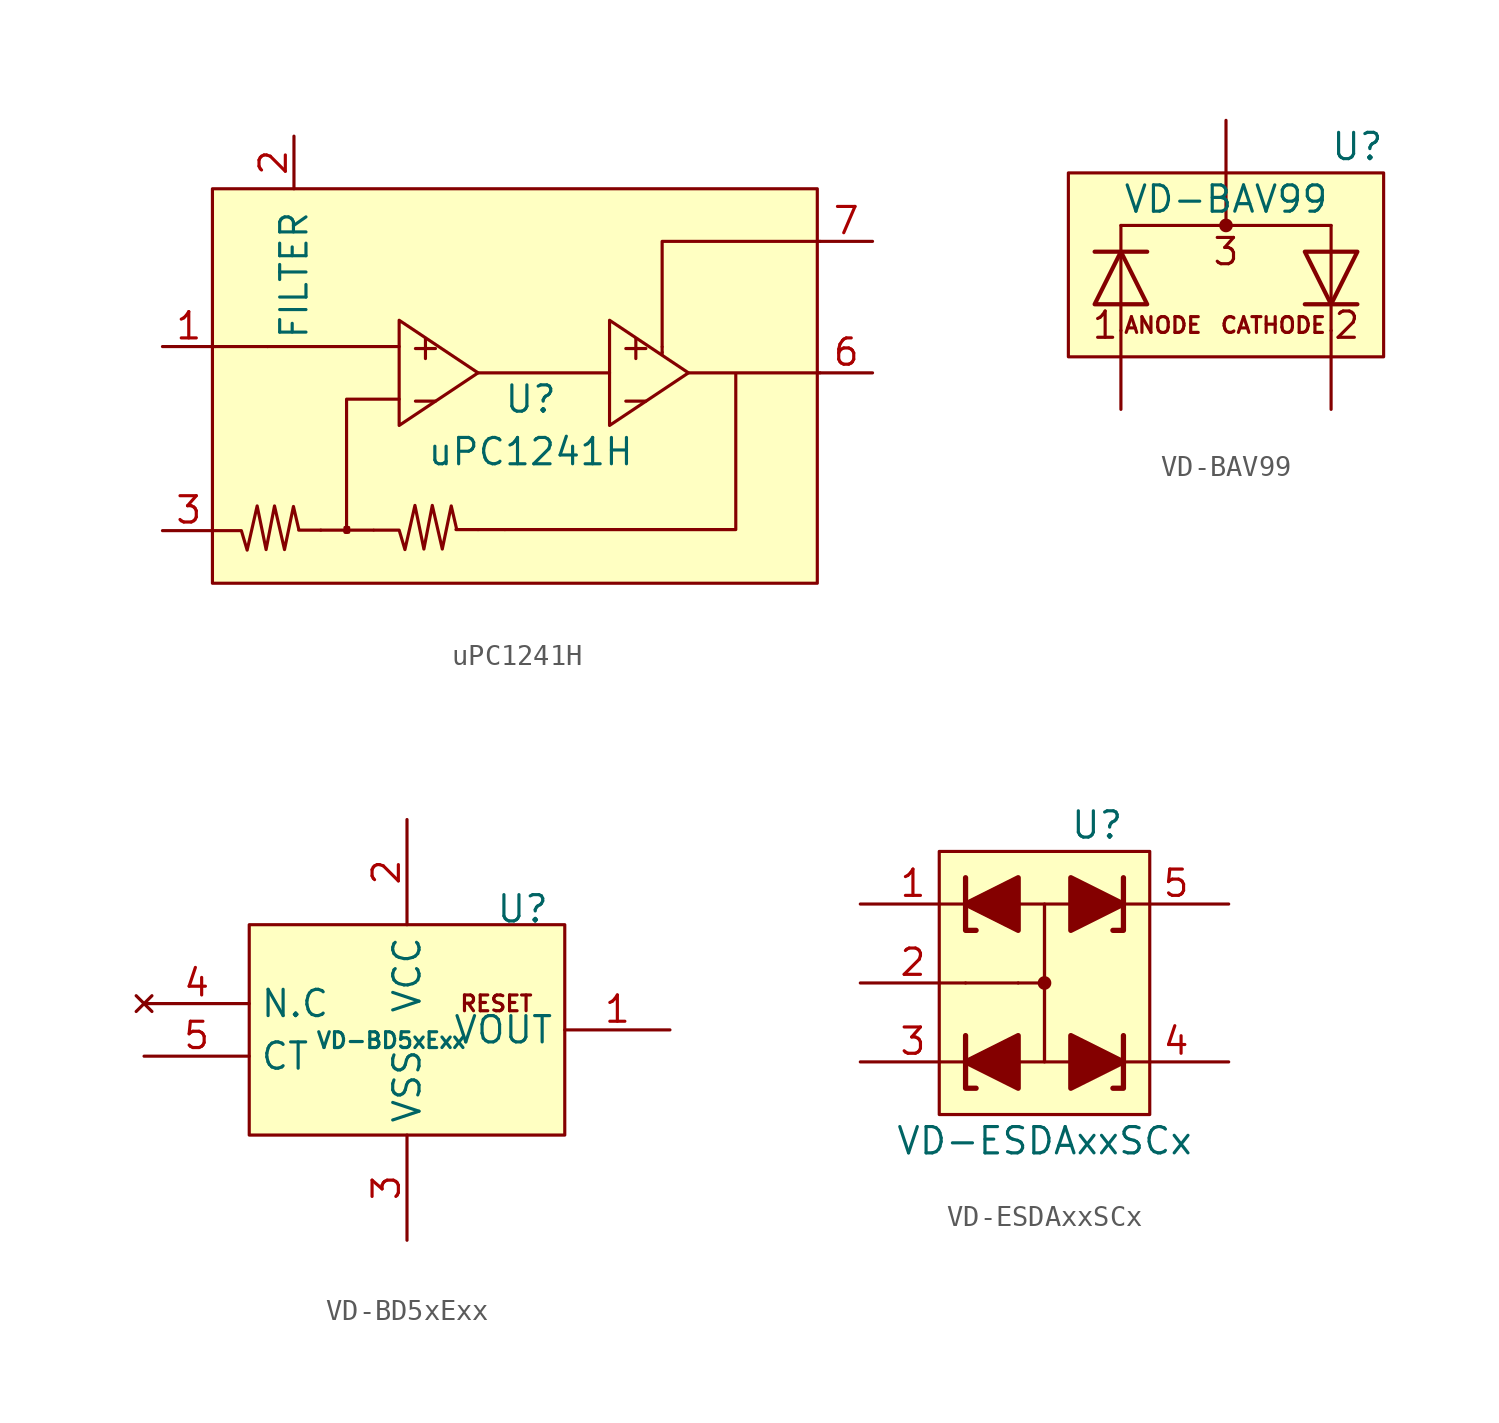
<source format=kicad_sym>
(kicad_symbol_lib
  (version 20231120)
  (generator "kicad_symbol_editor")
  (generator_version "8.0")
  (symbol "uPC1241H"
    (pin_names
      (offset 1.016))
    (property "Reference" "U"
      (at 0 -1.27 0)
      (effects (font (size 1.27 1.27))))
    (property "Value" "uPC1241H"
      (at 0 -3.81 0)
      (effects (font (size 1.27 1.27))))
    (symbol "uPC1241H_0_0"
      (polyline (pts (xy -10.135 -7.595) (xy -11.201 -7.595)) (stroke (width 0) (type default)) (fill (type none)))
      (polyline (pts (xy -10.135 -7.595) (xy -7.595 -7.595)) (stroke (width 0) (type default)) (fill (type none)))
      (polyline (pts (xy -2.54 -7.569) (xy -3.607 -7.569)) (stroke (width 0) (type default)) (fill (type none)))
      (polyline (pts (xy -2.54 -7.569) (xy -1.245 -7.569)) (stroke (width 0) (type default)) (fill (type none)))
      (polyline (pts (xy 6.35 0.991) (xy 6.35 0.889)) (stroke (width 0) (type default)) (fill (type none)))
      (polyline (pts (xy 6.35 1.245) (xy 6.35 0.991)) (stroke (width 0) (type default)) (fill (type none)))
      (polyline (pts (xy -1.245 -7.569) (xy 9.906 -7.569) (xy 9.906 -0.051)) (stroke (width 0) (type default)) (fill (type none)))
      (polyline (pts (xy -8.788 -7.468) (xy -8.788 -7.696) (xy -8.89 -7.696) (xy -8.941 -7.696) (xy -8.966 -7.518) (xy -8.966 -7.493) (xy -8.966 -7.468) (xy -8.966 -7.696)) (stroke (width 0) (type default)) (fill (type none)))
      (polyline (pts (xy -15.189 -7.62) (xy -13.97 -7.62) (xy -13.691 -8.56) (xy -13.208 -6.426) (xy -12.776 -8.534) (xy -12.37 -6.426) (xy -11.887 -8.534) (xy -11.455 -6.452) (xy -11.201 -7.544)) (stroke (width 0) (type default)) (fill (type none)))
      (polyline (pts (xy -7.569 -7.595) (xy -6.35 -7.595) (xy -6.071 -8.534) (xy -5.588 -6.401) (xy -5.156 -8.509) (xy -4.75 -6.401) (xy -4.267 -8.509) (xy -3.835 -6.426) (xy -3.581 -7.518)) (stroke (width 0) (type default)) (fill (type none)))
      (text "+" (at -5.08 1.27 0) (effects (font (size 1.27 1.27))))
      (text "+" (at 5.08 1.27 0) (effects (font (size 1.27 1.27))))
      (text "-" (at -5.08 -1.27 0) (effects (font (size 1.27 1.27))))
      (text "-" (at 5.08 -1.27 0) (effects (font (size 1.27 1.27)))))
    (symbol "uPC1241H_0_1"
      (rectangle (start -15.367 8.89) (end 13.843 -10.16) (stroke (width 0) (type default)) (fill (type background)))
      (circle (center -8.89 -7.62) (radius 0.0001) (stroke (width 0) (type default)) (fill (type none)))
      (circle (center -8.89 -7.62) (radius 0.0001) (stroke (width 0) (type default)) (fill (type none)))
      (polyline (pts (xy -12.7 1.27) (xy -15.24 1.27)) (stroke (width 0) (type default)) (fill (type none)))
      (polyline (pts (xy -12.7 1.27) (xy -6.35 1.27)) (stroke (width 0) (type default)) (fill (type none)))
      (polyline (pts (xy -2.54 0) (xy 3.81 0)) (stroke (width 0) (type default)) (fill (type none)))
      (polyline (pts (xy 7.62 0) (xy 13.97 0)) (stroke (width 0) (type default)) (fill (type none)))
      (polyline (pts (xy -8.89 -7.62) (xy -8.89 -1.27) (xy -6.35 -1.27)) (stroke (width 0) (type default)) (fill (type none)))
      (polyline (pts (xy 6.35 1.27) (xy 6.35 6.35) (xy 13.97 6.35)) (stroke (width 0) (type default)) (fill (type none)))
      (polyline (pts (xy -6.35 2.54) (xy -6.35 -2.54) (xy -2.54 0) (xy -6.35 2.54)) (stroke (width 0) (type default)) (fill (type none)))
      (polyline (pts (xy 3.81 2.54) (xy 3.81 -2.54) (xy 7.62 0) (xy 3.81 2.54)) (stroke (width 0) (type default)) (fill (type none))))
    (symbol "uPC1241H_1_1"
      (pin input line (at -17.78 1.27 0) (length 2.54) (name "~" (effects (font (size 1.27 1.27)))) (number "1" (effects (font (size 1.27 1.27)))))
      (pin passive line (at -11.43 11.43 270) (length 2.54) (name "FILTER" (effects (font (size 1.27 1.27)))) (number "2" (effects (font (size 1.27 1.27)))))
      (pin input line (at -17.78 -7.62 0) (length 2.54) (name "~" (effects (font (size 1.27 1.27)))) (number "3" (effects (font (size 1.27 1.27)))))
      (pin power_in line (at -10.643 -10.135 90) (length 2.54) hide (name "VSS" (effects (font (size 1.27 1.27)))) (number "4" (effects (font (size 1.27 1.27)))))
      (pin power_in line (at 9.22 -9.982 90) (length 2.54) hide (name "VSS" (effects (font (size 1.27 1.27)))) (number "5" (effects (font (size 1.27 1.27)))))
      (pin output line (at 16.51 0 180) (length 2.54) (name "~" (effects (font (size 1.27 1.27)))) (number "6" (effects (font (size 1.27 1.27)))))
      (pin output line (at 16.51 6.35 180) (length 2.54) (name "~" (effects (font (size 1.27 1.27)))) (number "7" (effects (font (size 1.27 1.27)))))
      (pin power_in line (at 0 8.89 270) (length 2.54) hide (name "VCC" (effects (font (size 1.27 1.27)))) (number "8" (effects (font (size 1.27 1.27)))))))
  (symbol "VD-BAV99"
    (property "Reference" "U"
      (at 6.35 6.35 0)
      (effects (font (size 1.27 1.27))))
    (property "Value" "VD-BAV99"
      (at 0 3.81 0)
      (effects (font (size 1.27 1.27))))
    (symbol "VD-BAV99_0_0"
      (rectangle (start -7.62 5.08) (end 7.62 -3.81) (stroke (width 0.152) (type default)) (fill (type background)))
      (polyline (pts (xy -5.08 -2.54) (xy -5.08 -3.81)) (stroke (width 0.152) (type default)) (fill (type none)))
      (polyline (pts (xy 5.08 -2.54) (xy 5.08 -3.81)) (stroke (width 0.152) (type default)) (fill (type none)))
      (text "1" (at -5.842 -2.286 0) (effects (font (size 1.27 1.27))))
      (text "2" (at 5.842 -2.286 0) (effects (font (size 1.27 1.27))))
      (text "3" (at 0 1.27 0) (effects (font (size 1.27 1.27))))
      (text "ANODE" (at -3.048 -2.286 0) (effects (font (size 0.762 0.762))))
      (text "CATHODE" (at 2.286 -2.286 0) (effects (font (size 0.762 0.762)))))
    (symbol "VD-BAV99_0_1"
      (polyline (pts (xy -5.08 2.54) (xy -5.08 -2.54)) (stroke (width 0.152) (type default)) (fill (type none)))
      (polyline (pts (xy -5.08 2.54) (xy 5.08 2.54)) (stroke (width 0) (type default)) (fill (type none)))
      (polyline (pts (xy 5.08 2.54) (xy 5.08 -2.54)) (stroke (width 0.152) (type default)) (fill (type none))))
    (symbol "VD-BAV99_1_1"
      (polyline (pts (xy 0 2.54) (xy 0 5.08)) (stroke (width 0) (type default)) (fill (type none)))
      (polyline (pts (xy -3.81 1.27) (xy -6.35 1.27) (xy -6.35 1.27)) (stroke (width 0.203) (type default)) (fill (type none)))
      (polyline (pts (xy 3.81 -1.27) (xy 6.35 -1.27) (xy 6.35 -1.27)) (stroke (width 0.203) (type default)) (fill (type none)))
      (polyline (pts (xy -6.35 -1.27) (xy -5.08 1.27) (xy -3.81 -1.27) (xy -6.35 -1.27) (xy -6.35 -1.27) (xy -6.35 -1.27)) (stroke (width 0.203) (type default)) (fill (type none)))
      (polyline (pts (xy 6.35 1.27) (xy 5.08 -1.27) (xy 3.81 1.27) (xy 6.35 1.27) (xy 6.35 1.27) (xy 6.35 1.27)) (stroke (width 0.203) (type default)) (fill (type none)))
      (circle (center 0 2.54) (radius 0.254) (stroke (width 0) (type default)) (fill (type outline)))
      (pin passive line (at -5.08 -6.35 90) (length 2.54) (name "" (effects (font (size 1.27 1.27)))) (number "" (effects (font (size 1.27 1.27)))))
      (pin passive line (at 0 7.62 270) (length 2.54) (name "" (effects (font (size 1.27 1.27)))) (number "" (effects (font (size 1.27 1.27)))))
      (pin passive line (at 5.08 -6.35 90) (length 2.54) (name "" (effects (font (size 1.27 1.27)))) (number "" (effects (font (size 1.27 1.27)))))))
  (symbol "VD-BD5xExx"
    (property "Reference" "U"
      (at 5.588 5.842 0)
      (effects (font (size 1.27 1.27))))
    (property "Value" "VD-BD5xExx"
      (at -0.762 -0.508 0)
      (effects (font (size 0.762 0.762))))
    (symbol "VD-BD5xExx_0_0"
      (text "RESET" (at 4.318 1.27 0) (effects (font (size 0.762 0.762)))))
    (symbol "VD-BD5xExx_0_1"
      (rectangle (start -7.62 5.08) (end 7.62 -5.08) (stroke (width 0.152) (type default)) (fill (type background))))
    (symbol "VD-BD5xExx_1_1"
      (pin output line (at 12.7 0 180) (length 5.08) (name "VOUT" (effects (font (size 1.27 1.27)))) (number "1" (effects (font (size 1.27 1.27)))))
      (pin power_in line (at 0 10.16 270) (length 5.08) (name "VCC" (effects (font (size 1.27 1.27)))) (number "2" (effects (font (size 1.27 1.27)))))
      (pin power_in line (at 0 -10.16 90) (length 5.08) (name "VSS" (effects (font (size 1.27 1.27)))) (number "3" (effects (font (size 1.27 1.27)))))
      (pin no_connect line (at -12.7 1.27 0) (length 5.08) (name "N.C" (effects (font (size 1.27 1.27)))) (number "4" (effects (font (size 1.27 1.27)))))
      (pin passive line (at -12.7 -1.27 0) (length 5.08) (name "CT" (effects (font (size 1.27 1.27)))) (number "5" (effects (font (size 1.27 1.27)))))))
  (symbol "VD-ESDAxxSCx"
    (pin_names hide)
    (property "Reference" "U"
      (at 2.54 7.62 0)
      (effects (font (size 1.27 1.27))))
    (property "Value" "VD-ESDAxxSCx"
      (at 0 -7.62 0)
      (effects (font (size 1.27 1.27))))
    (symbol "VD-ESDAxxSCx_0_0"
      (polyline (pts (xy -3.81 -2.54) (xy -3.81 -5.08) (xy -3.302 -5.08)) (stroke (width 0.254) (type default)) (fill (type none)))
      (polyline (pts (xy -3.302 2.54) (xy -3.81 2.54) (xy -3.81 5.08)) (stroke (width 0.254) (type default)) (fill (type none)))
      (polyline (pts (xy 3.302 2.54) (xy 3.81 2.54) (xy 3.81 5.08)) (stroke (width 0.254) (type default)) (fill (type none)))
      (polyline (pts (xy 3.81 -2.54) (xy 3.81 -5.08) (xy 3.302 -5.08)) (stroke (width 0.254) (type default)) (fill (type none))))
    (symbol "VD-ESDAxxSCx_0_1"
      (rectangle (start -5.08 6.35) (end 5.08 -6.35) (stroke (width 0.152) (type default)) (fill (type background)))
      (polyline (pts (xy -3.81 0) (xy -1.27 0)) (stroke (width 0.152) (type default)) (fill (type none)))
      (polyline (pts (xy -1.27 0) (xy 0 0)) (stroke (width 0) (type default)) (fill (type none)))
      (polyline (pts (xy -3.81 3.81) (xy 0 3.81) (xy 0 -3.81) (xy -3.81 -3.81)) (stroke (width 0) (type default)) (fill (type none)))
      (polyline (pts (xy 3.81 3.81) (xy 0 3.81) (xy 0 -3.81) (xy 3.81 -3.81)) (stroke (width 0) (type default)) (fill (type none)))
      (polyline (pts (xy -1.27 -2.54) (xy -3.81 -3.81) (xy -1.27 -5.08) (xy -1.27 -2.54) (xy -1.27 -2.54) (xy -1.27 -2.54)) (stroke (width 0.254) (type default)) (fill (type outline)))
      (polyline (pts (xy -1.27 5.08) (xy -3.81 3.81) (xy -1.27 2.54) (xy -1.27 5.08) (xy -1.27 5.08) (xy -1.27 5.08)) (stroke (width 0.254) (type default)) (fill (type outline)))
      (polyline (pts (xy 1.27 -2.54) (xy 3.81 -3.81) (xy 1.27 -5.08) (xy 1.27 -2.54) (xy 1.27 -2.54) (xy 1.27 -2.54)) (stroke (width 0.254) (type default)) (fill (type outline)))
      (polyline (pts (xy 1.27 5.08) (xy 3.81 3.81) (xy 1.27 2.54) (xy 1.27 5.08) (xy 1.27 5.08) (xy 1.27 5.08)) (stroke (width 0.254) (type default)) (fill (type outline)))
      (circle (center 0 0) (radius 0.254) (stroke (width 0) (type default)) (fill (type outline)))
      (pin passive line (at -8.89 3.81 0) (length 5.08) (name "K" (effects (font (size 1.27 1.27)))) (number "1" (effects (font (size 1.27 1.27)))))
      (pin passive line (at -8.89 0 0) (length 5.08) (name "A" (effects (font (size 1.27 1.27)))) (number "2" (effects (font (size 1.27 1.27)))))
      (pin passive line (at -8.89 -3.81 0) (length 5.08) (name "K" (effects (font (size 1.27 1.27)))) (number "3" (effects (font (size 1.27 1.27)))))
      (pin passive line (at 8.89 -3.81 180) (length 5.08) (name "K" (effects (font (size 1.27 1.27)))) (number "4" (effects (font (size 1.27 1.27)))))
      (pin passive line (at 8.89 3.81 180) (length 5.08) (name "K" (effects (font (size 1.27 1.27)))) (number "5" (effects (font (size 1.27 1.27))))))))
</source>
